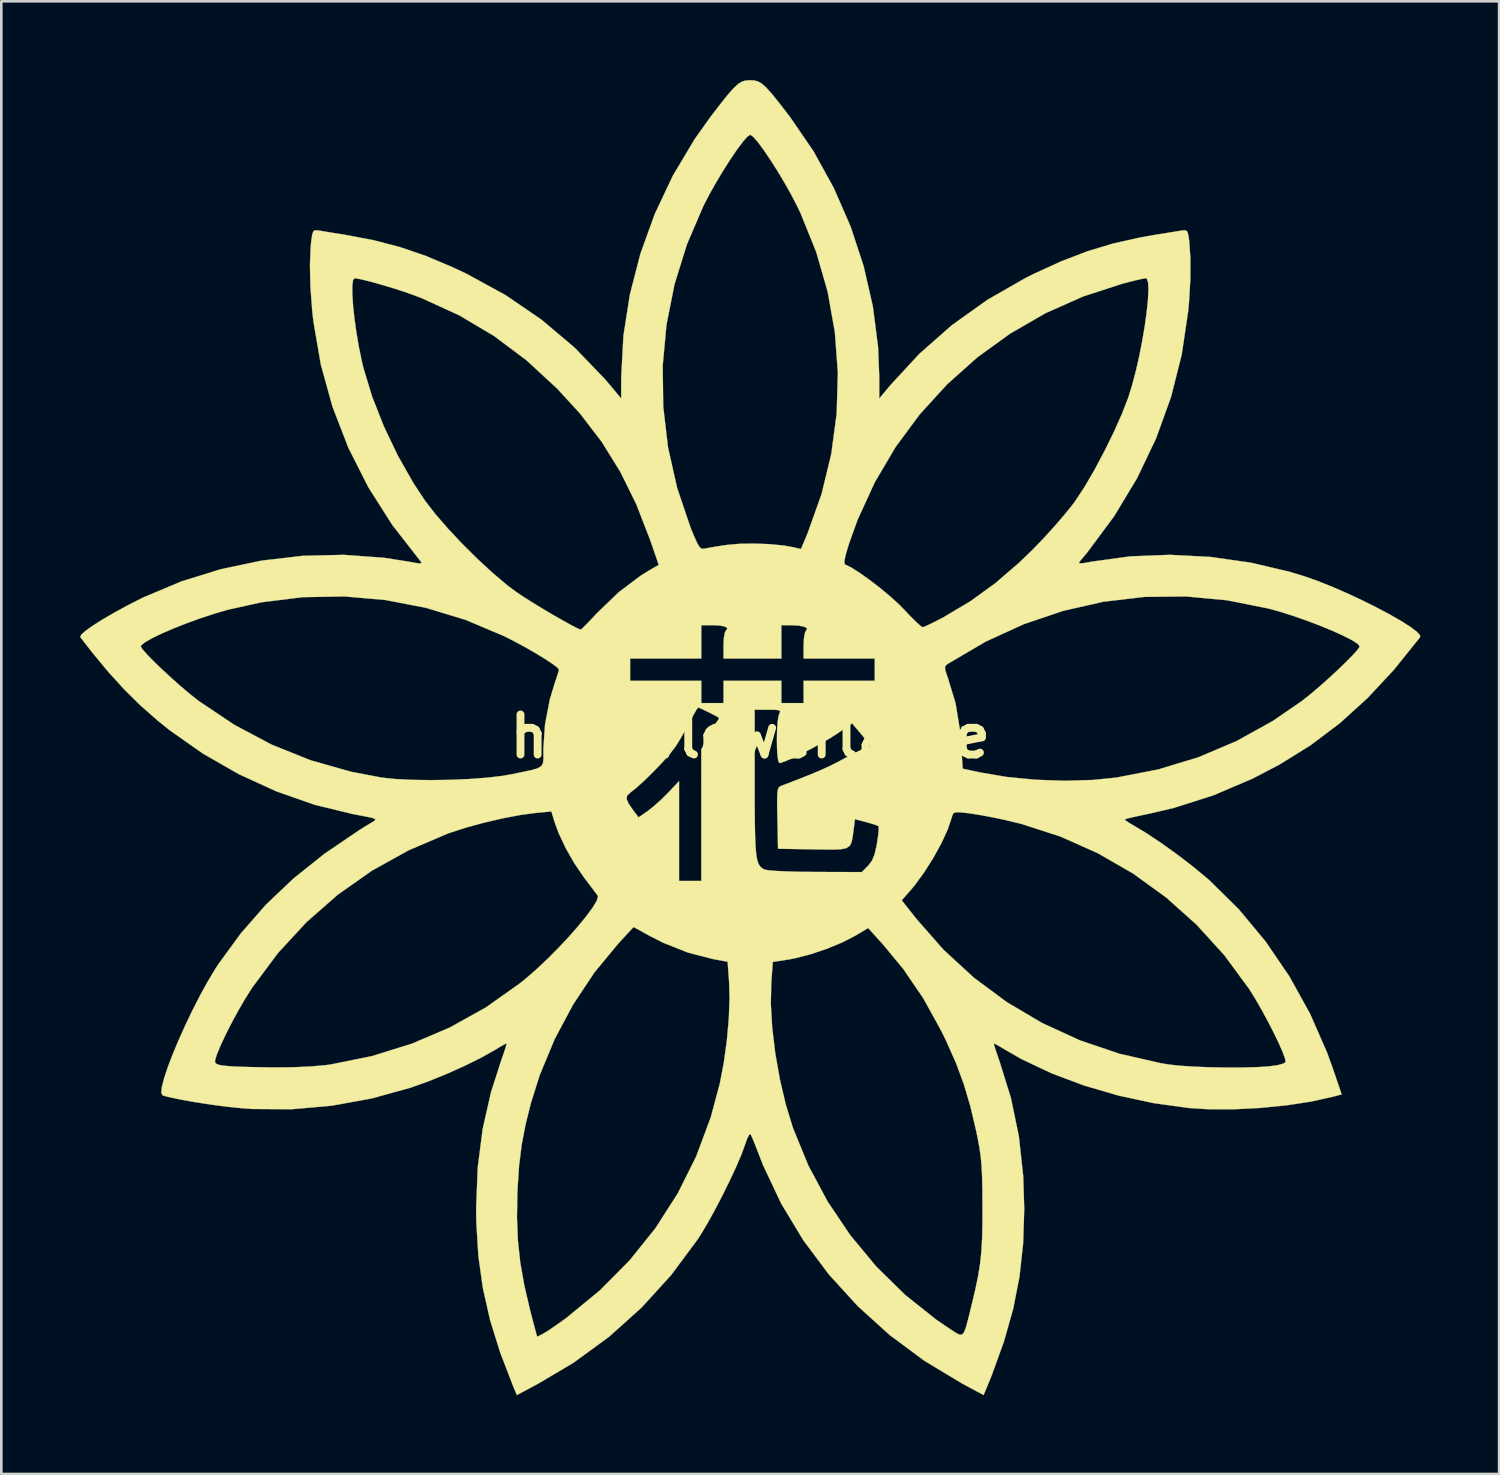
<source format=kicad_pcb>
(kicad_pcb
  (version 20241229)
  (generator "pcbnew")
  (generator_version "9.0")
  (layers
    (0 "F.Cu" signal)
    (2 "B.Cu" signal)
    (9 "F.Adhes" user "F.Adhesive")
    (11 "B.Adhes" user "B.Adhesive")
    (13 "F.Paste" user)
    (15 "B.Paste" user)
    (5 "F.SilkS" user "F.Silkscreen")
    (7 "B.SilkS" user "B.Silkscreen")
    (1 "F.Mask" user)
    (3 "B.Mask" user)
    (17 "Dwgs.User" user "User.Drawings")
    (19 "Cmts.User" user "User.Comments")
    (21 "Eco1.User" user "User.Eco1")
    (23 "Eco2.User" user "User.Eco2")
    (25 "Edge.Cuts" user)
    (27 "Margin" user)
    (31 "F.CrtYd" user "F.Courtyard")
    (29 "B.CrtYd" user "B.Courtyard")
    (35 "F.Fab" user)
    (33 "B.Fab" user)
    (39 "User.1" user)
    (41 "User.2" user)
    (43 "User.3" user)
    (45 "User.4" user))
  (footprint "hanaflowerlarge"
    (layer "F.Cu")
    (at 25.508 24.982)
    (property "Reference" "hanaflowerlarge" (at 0 0 0) (layer "F.SilkS") (effects (font (size 1.524 1.524) (thickness 0.3))))
    (attr through_hole)
    (fp_poly (pts (xy 0.158 -24.968) (xy 0.299 -24.931) (xy 0.442 -24.849) (xy 0.606 -24.703) (xy 0.809 -24.477) (xy 1.071 -24.154) (xy 1.409 -23.716) (xy 1.514 -23.58) (xy 2.41 -22.273) (xy 3.181 -20.876) (xy 3.82 -19.411) (xy 4.319 -17.897) (xy 4.67 -16.357) (xy 4.868 -14.811) (xy 4.911 -13.707) (xy 4.911 -12.861) (xy 5.32 -13.352) (xy 6.438 -14.563) (xy 7.672 -15.65) (xy 9.021 -16.614) (xy 10.485 -17.453) (xy 10.795 -17.608) (xy 11.849 -18.089) (xy 12.841 -18.469) (xy 13.826 -18.765) (xy 14.862 -18.996) (xy 15.409 -19.092) (xy 15.786 -19.152) (xy 16.121 -19.207) (xy 16.364 -19.247) (xy 16.435 -19.258) (xy 16.566 -19.268) (xy 16.639 -19.216) (xy 16.682 -19.062) (xy 16.71 -18.855) (xy 16.756 -18.192) (xy 16.753 -17.402) (xy 16.702 -16.52) (xy 16.674 -16.207) (xy 16.427 -14.542) (xy 16.018 -12.918) (xy 15.449 -11.344) (xy 14.725 -9.826) (xy 13.848 -8.374) (xy 12.823 -6.995) (xy 12.559 -6.681) (xy 12.513 -6.613) (xy 12.544 -6.585) (xy 12.681 -6.595) (xy 12.951 -6.642) (xy 13.016 -6.655) (xy 14.469 -6.854) (xy 15.981 -6.912) (xy 17.518 -6.832) (xy 19.049 -6.615) (xy 20.54 -6.265) (xy 21.12 -6.087) (xy 21.627 -5.907) (xy 22.172 -5.689) (xy 22.734 -5.444) (xy 23.294 -5.182) (xy 23.832 -4.914) (xy 24.329 -4.651) (xy 24.763 -4.402) (xy 25.116 -4.179) (xy 25.367 -3.992) (xy 25.497 -3.85) (xy 25.502 -3.78) (xy 24.507 -2.542) (xy 23.495 -1.456) (xy 22.444 -0.503) (xy 21.333 0.335) (xy 20.141 1.075) (xy 19.117 1.609) (xy 17.635 2.241) (xy 16.132 2.721) (xy 15.251 2.928) (xy 14.87 3.008) (xy 14.554 3.078) (xy 14.338 3.13) (xy 14.257 3.156) (xy 14.305 3.211) (xy 14.463 3.315) (xy 14.585 3.386) (xy 15.094 3.691) (xy 15.679 4.082) (xy 16.294 4.525) (xy 16.892 4.986) (xy 17.428 5.433) (xy 17.492 5.489) (xy 18.603 6.585) (xy 19.619 7.809) (xy 20.527 9.141) (xy 21.313 10.561) (xy 21.964 12.05) (xy 22.175 12.634) (xy 22.513 13.627) (xy 22.197 13.712) (xy 21.364 13.898) (xy 20.419 14.043) (xy 19.414 14.143) (xy 18.404 14.194) (xy 17.441 14.192) (xy 16.708 14.146) (xy 15.36 13.961) (xy 14.014 13.671) (xy 12.705 13.288) (xy 11.467 12.823) (xy 10.334 12.287) (xy 9.726 11.939) (xy 9.496 11.801) (xy 9.331 11.709) (xy 9.276 11.684) (xy 9.286 11.757) (xy 9.346 11.952) (xy 9.442 12.233) (xy 9.486 12.356) (xy 9.924 13.764) (xy 10.225 15.217) (xy 10.392 16.739) (xy 10.431 17.992) (xy 10.388 19.307) (xy 10.251 20.557) (xy 10.012 21.782) (xy 9.662 23.023) (xy 9.194 24.319) (xy 9.017 24.752) (xy 8.883 25.072) (xy 8.061 24.63) (xy 6.636 23.772) (xy 5.31 22.788) (xy 4.093 21.686) (xy 2.992 20.479) (xy 2.02 19.177) (xy 1.183 17.791) (xy 0.493 16.331) (xy 0.298 15.833) (xy 0.18 15.527) (xy 0.079 15.283) (xy 0.013 15.146) (xy 0.004 15.133) (xy -0.048 15.172) (xy -0.126 15.336) (xy -0.203 15.556) (xy -0.334 15.916) (xy -0.534 16.383) (xy -0.784 16.92) (xy -1.065 17.487) (xy -1.358 18.049) (xy -1.645 18.566) (xy -1.907 19.002) (xy -1.993 19.135) (xy -3.007 20.5) (xy -4.135 21.741) (xy -5.377 22.856) (xy -6.731 23.844) (xy -8.072 24.639) (xy -8.883 25.073) (xy -9.017 24.753) (xy -9.52 23.447) (xy -9.904 22.211) (xy -10.177 21.002) (xy -10.348 19.78) (xy -10.426 18.502) (xy -10.428 18.33) (xy -8.879 18.33) (xy -8.844 19.189) (xy -8.754 20.026) (xy -8.601 20.894) (xy -8.38 21.843) (xy -8.286 22.202) (xy -8.111 22.855) (xy -7.88 22.736) (xy -7.712 22.634) (xy -7.452 22.459) (xy -7.144 22.241) (xy -6.978 22.119) (xy -5.718 21.084) (xy -4.593 19.949) (xy -3.605 18.717) (xy -2.759 17.396) (xy -2.057 15.989) (xy -1.502 14.501) (xy -1.155 13.201) (xy -1.004 12.409) (xy -0.889 11.572) (xy -0.815 10.741) (xy -0.794 10.175) (xy 0.784 10.175) (xy 0.837 11.091) (xy 0.954 12.067) (xy 1.129 13.057) (xy 1.355 14.016) (xy 1.623 14.895) (xy 2.211 16.332) (xy 2.944 17.703) (xy 3.811 18.991) (xy 4.799 20.182) (xy 5.897 21.26) (xy 7.094 22.212) (xy 7.575 22.539) (xy 7.786 22.678) (xy 7.938 22.764) (xy 8.046 22.779) (xy 8.128 22.703) (xy 8.203 22.521) (xy 8.287 22.215) (xy 8.398 21.766) (xy 8.418 21.685) (xy 8.563 21.08) (xy 8.672 20.559) (xy 8.749 20.08) (xy 8.8 19.598) (xy 8.829 19.07) (xy 8.841 18.451) (xy 8.841 17.865) (xy 8.837 17.241) (xy 8.826 16.748) (xy 8.806 16.346) (xy 8.774 15.996) (xy 8.726 15.659) (xy 8.659 15.296) (xy 8.61 15.058) (xy 8.386 14.101) (xy 8.134 13.246) (xy 7.831 12.427) (xy 7.452 11.576) (xy 7.277 11.218) (xy 6.59 9.973) (xy 5.827 8.853) (xy 5.046 7.91) (xy 4.488 7.294) (xy 4.015 7.578) (xy 3.52 7.835) (xy 2.923 8.082) (xy 2.29 8.295) (xy 1.689 8.449) (xy 1.467 8.491) (xy 0.86 8.587) (xy 0.802 9.364) (xy 0.784 10.175) (xy -0.794 10.175) (xy -0.786 9.969) (xy -0.804 9.348) (xy -0.86 8.578) (xy -1.42 8.475) (xy -2.365 8.231) (xy -3.317 7.853) (xy -3.799 7.608) (xy -4.441 7.256) (xy -5.012 7.873) (xy -5.926 8.979) (xy -6.741 10.204) (xy -7.443 11.519) (xy -8.013 12.893) (xy -8.344 13.94) (xy -8.552 14.77) (xy -8.7 15.544) (xy -8.798 16.33) (xy -8.856 17.2) (xy -8.865 17.399) (xy -8.879 18.33) (xy -10.428 18.33) (xy -10.433 17.949) (xy -10.372 16.405) (xy -10.185 14.947) (xy -9.867 13.542) (xy -9.486 12.356) (xy -9.379 12.052) (xy -9.304 11.82) (xy -9.273 11.695) (xy -9.276 11.684) (xy -9.361 11.725) (xy -9.545 11.83) (xy -9.72 11.936) (xy -10.234 12.225) (xy -10.86 12.535) (xy -11.547 12.844) (xy -12.244 13.127) (xy -12.901 13.363) (xy -12.922 13.37) (xy -14.413 13.783) (xy -15.941 14.059) (xy -17.471 14.193) (xy -18.967 14.182) (xy -19.325 14.156) (xy -19.896 14.098) (xy -20.507 14.019) (xy -21.113 13.926) (xy -21.67 13.827) (xy -22.132 13.728) (xy -22.368 13.666) (xy -22.418 13.568) (xy -22.396 13.342) (xy -22.31 13.007) (xy -22.169 12.584) (xy -22.102 12.407) (xy -20.373 12.407) (xy -20.326 12.461) (xy -20.22 12.503) (xy -20.036 12.535) (xy -19.757 12.56) (xy -19.362 12.577) (xy -18.835 12.59) (xy -18.161 12.6) (xy -17.441 12.595) (xy -16.77 12.567) (xy -16.195 12.518) (xy -15.987 12.491) (xy -14.404 12.171) (xy -12.882 11.698) (xy -11.431 11.079) (xy -10.063 10.316) (xy -8.788 9.415) (xy -8.537 9.213) (xy -8.128 8.857) (xy -7.707 8.46) (xy -7.29 8.04) (xy -6.894 7.616) (xy -6.535 7.207) (xy -6.23 6.832) (xy -5.993 6.509) (xy -5.842 6.257) (xy -5.837 6.239) (xy 5.766 6.239) (xy 6.329 6.951) (xy 7.368 8.132) (xy 8.52 9.19) (xy 9.775 10.12) (xy 11.121 10.915) (xy 12.55 11.57) (xy 14.05 12.079) (xy 15.612 12.436) (xy 15.911 12.486) (xy 16.328 12.534) (xy 16.868 12.57) (xy 17.484 12.595) (xy 18.132 12.606) (xy 18.764 12.604) (xy 19.334 12.588) (xy 19.756 12.559) (xy 20.091 12.512) (xy 20.309 12.449) (xy 20.378 12.395) (xy 20.36 12.266) (xy 20.27 12.02) (xy 20.123 11.684) (xy 19.931 11.286) (xy 19.709 10.853) (xy 19.471 10.414) (xy 19.231 9.996) (xy 19.002 9.628) (xy 18.99 9.61) (xy 18.051 8.333) (xy 16.993 7.17) (xy 15.829 6.129) (xy 14.568 5.216) (xy 13.221 4.441) (xy 11.8 3.809) (xy 10.315 3.329) (xy 9.735 3.188) (xy 9.288 3.094) (xy 8.843 3.009) (xy 8.458 2.945) (xy 8.245 2.916) (xy 7.961 2.888) (xy 7.801 2.893) (xy 7.721 2.944) (xy 7.679 3.056) (xy 7.667 3.101) (xy 7.515 3.549) (xy 7.272 4.075) (xy 6.964 4.635) (xy 6.616 5.183) (xy 6.255 5.675) (xy 6.099 5.861) (xy 5.766 6.239) (xy -5.837 6.239) (xy -5.793 6.094) (xy -5.804 6.061) (xy -5.89 5.947) (xy -6.049 5.736) (xy -6.251 5.469) (xy -6.327 5.368) (xy -6.69 4.837) (xy -7.024 4.251) (xy -7.297 3.671) (xy -7.458 3.228) (xy -7.568 2.857) (xy -8.166 2.913) (xy -8.744 2.99) (xy -9.42 3.119) (xy -10.136 3.285) (xy -10.831 3.475) (xy -11.448 3.674) (xy -11.515 3.699) (xy -13.007 4.337) (xy -14.404 5.113) (xy -15.699 6.024) (xy -16.889 7.067) (xy -17.971 8.239) (xy -18.939 9.536) (xy -19.028 9.671) (xy -19.27 10.059) (xy -19.517 10.49) (xy -19.758 10.936) (xy -19.976 11.369) (xy -20.16 11.762) (xy -20.295 12.086) (xy -20.368 12.315) (xy -20.373 12.407) (xy -22.102 12.407) (xy -21.981 12.092) (xy -21.755 11.553) (xy -21.5 10.985) (xy -21.223 10.409) (xy -20.935 9.846) (xy -20.642 9.316) (xy -20.354 8.837) (xy -20.251 8.678) (xy -19.392 7.5) (xy -18.444 6.415) (xy -17.386 5.409) (xy -16.202 4.464) (xy -14.873 3.562) (xy -14.482 3.321) (xy -14.346 3.24) (xy -14.274 3.184) (xy -14.284 3.141) (xy -14.396 3.1) (xy -14.63 3.05) (xy -15.006 2.979) (xy -15.113 2.959) (xy -16.579 2.603) (xy -17.237 2.372) (xy -4.708 2.372) (xy -4.635 2.548) (xy -4.456 2.809) (xy -4.407 2.875) (xy -4.249 3.082) (xy -3.907 2.845) (xy -3.668 2.656) (xy -3.382 2.4) (xy -3.137 2.155) (xy -2.709 1.703) (xy -2.709 5.503) (xy -1.863 5.503) (xy -1.863 0.502) (xy -1.641 0.061) (xy -1.496 -0.21) (xy -1.359 -0.435) (xy -1.289 -0.53) (xy -1.201 -0.656) (xy -1.193 -0.71) (xy -1.289 -0.768) (xy -1.474 -0.865) (xy -1.69 -0.972) (xy -1.783 -1.016) (xy 0.169 -1.016) (xy 0.169 1.774) (xy 0.17 2.585) (xy 0.175 3.244) (xy 0.185 3.768) (xy 0.202 4.173) (xy 0.228 4.478) (xy 0.265 4.698) (xy 0.315 4.851) (xy 0.38 4.953) (xy 0.461 5.023) (xy 0.539 5.066) (xy 0.683 5.095) (xy 0.973 5.12) (xy 1.386 5.139) (xy 1.898 5.153) (xy 2.483 5.159) (xy 4.246 5.165) (xy 4.483 4.928) (xy 4.628 4.745) (xy 4.729 4.507) (xy 4.809 4.162) (xy 4.824 4.076) (xy 4.869 3.772) (xy 4.892 3.54) (xy 4.888 3.423) (xy 4.886 3.418) (xy 4.786 3.374) (xy 4.577 3.308) (xy 4.415 3.263) (xy 3.987 3.15) (xy 3.936 3.544) (xy 3.899 3.828) (xy 3.857 4.033) (xy 3.784 4.171) (xy 3.656 4.255) (xy 3.447 4.297) (xy 3.132 4.309) (xy 2.687 4.304) (xy 2.393 4.299) (xy 1.058 4.276) (xy 1.035 3.111) (xy 1.026 2.646) (xy 1.026 2.323) (xy 1.037 2.114) (xy 1.063 1.989) (xy 1.109 1.922) (xy 1.178 1.883) (xy 1.204 1.873) (xy 1.813 1.64) (xy 2.297 1.448) (xy 2.69 1.282) (xy 3.026 1.128) (xy 3.34 0.97) (xy 3.589 0.837) (xy 3.917 0.662) (xy 4.198 0.524) (xy 4.393 0.44) (xy 4.457 0.423) (xy 4.543 0.41) (xy 4.554 0.352) (xy 4.476 0.225) (xy 4.3 0.005) (xy 4.225 -0.085) (xy 3.878 -0.496) (xy 3.315 -0.108) (xy 3.04 0.068) (xy 2.696 0.267) (xy 2.315 0.474) (xy 1.934 0.67) (xy 1.587 0.837) (xy 1.308 0.957) (xy 1.133 1.014) (xy 1.112 1.016) (xy 1.069 0.938) (xy 1.039 0.733) (xy 1.02 0.441) (xy 1.015 0.104) (xy 1.022 -0.238) (xy 1.042 -0.542) (xy 1.076 -0.768) (xy 1.104 -0.852) (xy 1.14 -0.943) (xy 1.103 -0.992) (xy 0.961 -1.012) (xy 0.682 -1.016) (xy 0.169 -1.016) (xy -1.783 -1.016) (xy -1.877 -1.06) (xy -1.978 -1.1) (xy -1.981 -1.101) (xy -2.036 -1.031) (xy -2.143 -0.848) (xy -2.28 -0.59) (xy -2.29 -0.572) (xy -2.48 -0.218) (xy -2.695 0.151) (xy -2.842 0.384) (xy -3.039 0.642) (xy -3.325 0.967) (xy -3.661 1.32) (xy -4.007 1.66) (xy -4.323 1.948) (xy -4.566 2.14) (xy -4.683 2.247) (xy -4.708 2.372) (xy -17.237 2.372) (xy -18.039 2.091) (xy -19.466 1.438) (xy -20.832 0.655) (xy -22.11 -0.243) (xy -22.566 -0.611) (xy -23.216 -1.184) (xy -23.828 -1.788) (xy -24.436 -2.456) (xy -25.068 -3.221) (xy -25.227 -3.427) (xy -23.199 -3.427) (xy -23.138 -3.321) (xy -22.971 -3.129) (xy -22.721 -2.873) (xy -22.412 -2.573) (xy -22.067 -2.254) (xy -21.709 -1.935) (xy -21.363 -1.641) (xy -21.051 -1.392) (xy -20.995 -1.35) (xy -19.635 -0.439) (xy -18.216 0.314) (xy -16.737 0.908) (xy -15.194 1.346) (xy -14.039 1.566) (xy -13.517 1.622) (xy -12.876 1.654) (xy -12.159 1.664) (xy -11.409 1.653) (xy -10.672 1.621) (xy -9.991 1.569) (xy -9.409 1.499) (xy -9.144 1.452) (xy -8.66 1.354) (xy -8.317 1.281) (xy -8.09 1.213) (xy -7.955 1.132) (xy -7.89 1.021) (xy -7.87 0.86) (xy -7.872 0.631) (xy -7.874 0.464) (xy -7.81 -0.463) (xy -7.629 -1.404) (xy -7.456 -1.982) (xy -7.365 -2.253) (xy -7.301 -2.459) (xy -7.281 -2.545) (xy -7.352 -2.63) (xy -7.546 -2.775) (xy -7.833 -2.963) (xy -4.572 -2.963) (xy -4.572 -2.117) (xy -1.863 -2.117) (xy -1.863 -1.27) (xy -1.016 -1.27) (xy -1.016 -2.117) (xy 1.185 -2.117) (xy 1.185 -1.27) (xy 2.032 -1.27) (xy 2.032 -2.117) (xy 4.741 -2.117) (xy 4.741 -2.649) (xy 7.414 -2.649) (xy 7.427 -2.507) (xy 7.511 -2.259) (xy 7.52 -2.236) (xy 7.816 -1.266) (xy 7.994 -0.176) (xy 8.031 0.296) (xy 8.086 1.228) (xy 8.763 1.373) (xy 9.771 1.544) (xy 10.86 1.65) (xy 11.971 1.689) (xy 13.043 1.658) (xy 13.928 1.569) (xy 15.528 1.259) (xy 17.055 0.796) (xy 18.512 0.179) (xy 19.9 -0.592) (xy 20.995 -1.345) (xy 21.3 -1.586) (xy 21.644 -1.877) (xy 22.002 -2.194) (xy 22.351 -2.516) (xy 22.669 -2.822) (xy 22.931 -3.088) (xy 23.115 -3.293) (xy 23.197 -3.415) (xy 23.199 -3.427) (xy 23.122 -3.525) (xy 22.908 -3.663) (xy 22.583 -3.83) (xy 22.169 -4.018) (xy 21.694 -4.214) (xy 21.18 -4.409) (xy 20.654 -4.593) (xy 20.139 -4.755) (xy 19.728 -4.868) (xy 18.152 -5.182) (xy 16.574 -5.329) (xy 15.002 -5.31) (xy 13.446 -5.127) (xy 11.914 -4.78) (xy 10.415 -4.273) (xy 8.958 -3.606) (xy 7.552 -2.781) (xy 7.468 -2.725) (xy 7.414 -2.649) (xy 4.741 -2.649) (xy 4.741 -2.963) (xy 2.032 -2.963) (xy 2.032 -3.466) (xy 2.047 -3.745) (xy 2.085 -3.951) (xy 2.126 -4.027) (xy 2.17 -4.103) (xy 2.073 -4.169) (xy 1.86 -4.216) (xy 1.587 -4.232) (xy 1.185 -4.233) (xy 1.185 -2.963) (xy -1.016 -2.963) (xy -1.016 -3.466) (xy -1.003 -3.744) (xy -0.968 -3.948) (xy -0.93 -4.023) (xy -0.865 -4.108) (xy -0.948 -4.177) (xy -1.162 -4.222) (xy -1.402 -4.233) (xy -1.863 -4.233) (xy -1.863 -2.963) (xy -4.572 -2.963) (xy -7.833 -2.963) (xy -7.835 -2.965) (xy -8.193 -3.182) (xy -8.592 -3.411) (xy -9.004 -3.633) (xy -9.365 -3.816) (xy -10.834 -4.436) (xy -12.347 -4.896) (xy -13.893 -5.193) (xy -15.46 -5.329) (xy -17.035 -5.3) (xy -18.606 -5.105) (xy -19.874 -4.824) (xy -20.384 -4.676) (xy -20.915 -4.502) (xy -21.443 -4.311) (xy -21.944 -4.113) (xy -22.392 -3.92) (xy -22.764 -3.741) (xy -23.035 -3.587) (xy -23.181 -3.468) (xy -23.199 -3.427) (xy -25.227 -3.427) (xy -25.503 -3.781) (xy -25.469 -3.868) (xy -25.304 -4.017) (xy -25.028 -4.214) (xy -24.66 -4.447) (xy -24.221 -4.703) (xy -23.731 -4.971) (xy -23.211 -5.236) (xy -23.072 -5.303) (xy -21.646 -5.902) (xy -20.147 -6.366) (xy -18.602 -6.691) (xy -17.036 -6.874) (xy -15.473 -6.911) (xy -13.939 -6.8) (xy -13.016 -6.655) (xy -12.719 -6.601) (xy -12.561 -6.584) (xy -12.512 -6.605) (xy -12.546 -6.665) (xy -12.559 -6.681) (xy -13.621 -8.044) (xy -14.534 -9.48) (xy -15.295 -10.983) (xy -15.9 -12.545) (xy -16.346 -14.158) (xy -16.631 -15.817) (xy -16.674 -16.207) (xy -16.741 -17.113) (xy -16.742 -17.143) (xy -15.148 -17.143) (xy -15.145 -16.809) (xy -15.117 -16.385) (xy -15.064 -15.897) (xy -14.99 -15.37) (xy -14.898 -14.83) (xy -14.789 -14.301) (xy -14.72 -14.012) (xy -14.392 -12.934) (xy -13.95 -11.811) (xy -13.419 -10.697) (xy -12.823 -9.645) (xy -12.38 -8.975) (xy -11.992 -8.471) (xy -11.503 -7.907) (xy -10.949 -7.318) (xy -10.364 -6.739) (xy -9.784 -6.205) (xy -9.242 -5.749) (xy -8.912 -5.502) (xy -8.638 -5.318) (xy -8.295 -5.101) (xy -7.912 -4.867) (xy -7.519 -4.634) (xy -7.147 -4.421) (xy -6.826 -4.243) (xy -6.585 -4.119) (xy -6.454 -4.066) (xy -6.448 -4.065) (xy -6.382 -4.123) (xy -6.226 -4.278) (xy -6.006 -4.507) (xy -5.821 -4.704) (xy -5.003 -5.491) (xy -4.17 -6.119) (xy -3.879 -6.299) (xy -3.481 -6.53) (xy -3.53 -6.671) (xy 3.584 -6.671) (xy 3.598 -6.552) (xy 3.611 -6.544) (xy 3.845 -6.43) (xy 4.168 -6.225) (xy 4.546 -5.956) (xy 4.944 -5.649) (xy 5.329 -5.329) (xy 5.666 -5.022) (xy 5.851 -4.835) (xy 6.112 -4.56) (xy 6.337 -4.338) (xy 6.498 -4.195) (xy 6.562 -4.155) (xy 6.668 -4.191) (xy 6.886 -4.293) (xy 7.18 -4.442) (xy 7.387 -4.552) (xy 8.386 -5.148) (xy 9.328 -5.83) (xy 10.253 -6.628) (xy 10.753 -7.111) (xy 11.155 -7.528) (xy 11.565 -7.978) (xy 11.945 -8.418) (xy 12.259 -8.807) (xy 12.383 -8.975) (xy 12.731 -9.505) (xy 13.105 -10.147) (xy 13.482 -10.855) (xy 13.838 -11.578) (xy 14.146 -12.269) (xy 14.383 -12.879) (xy 14.392 -12.903) (xy 14.539 -13.376) (xy 14.679 -13.907) (xy 14.808 -14.472) (xy 14.921 -15.048) (xy 15.017 -15.611) (xy 15.09 -16.139) (xy 15.139 -16.607) (xy 15.159 -16.993) (xy 15.147 -17.272) (xy 15.099 -17.422) (xy 15.062 -17.441) (xy 14.932 -17.42) (xy 14.682 -17.364) (xy 14.355 -17.282) (xy 14.164 -17.232) (xy 12.664 -16.744) (xy 11.238 -16.109) (xy 9.895 -15.334) (xy 8.644 -14.429) (xy 7.494 -13.402) (xy 6.454 -12.262) (xy 5.534 -11.017) (xy 4.742 -9.676) (xy 4.088 -8.248) (xy 3.758 -7.331) (xy 3.637 -6.928) (xy 3.584 -6.671) (xy -3.53 -6.671) (xy -3.809 -7.477) (xy -4.338 -8.84) (xy -4.947 -10.076) (xy -5.655 -11.216) (xy -6.481 -12.293) (xy -7.347 -13.238) (xy -8.518 -14.318) (xy -9.756 -15.245) (xy -11.073 -16.027) (xy -12.478 -16.671) (xy -12.785 -16.789) (xy -13.165 -16.923) (xy -13.592 -17.061) (xy -14.028 -17.192) (xy -14.435 -17.306) (xy -14.774 -17.391) (xy -15.007 -17.437) (xy -15.064 -17.441) (xy -15.121 -17.363) (xy -15.148 -17.143) (xy -16.742 -17.143) (xy -16.76 -17.938) (xy -16.731 -18.648) (xy -16.71 -18.855) (xy -16.673 -19.111) (xy -16.625 -19.236) (xy -16.54 -19.27) (xy -16.435 -19.258) (xy -16.255 -19.229) (xy -15.959 -19.18) (xy -15.596 -19.122) (xy -15.409 -19.092) (xy -14.327 -18.886) (xy -13.324 -18.624) (xy -12.343 -18.288) (xy -11.326 -17.859) (xy -10.795 -17.608) (xy -9.31 -16.796) (xy -7.941 -15.86) (xy -6.685 -14.799) (xy -5.542 -13.612) (xy -5.32 -13.352) (xy -4.911 -12.861) (xy -4.91 -13.69) (xy -4.887 -14.116) (xy -3.331 -14.116) (xy -3.312 -12.555) (xy -3.129 -11) (xy -2.783 -9.462) (xy -2.273 -7.952) (xy -2.143 -7.636) (xy -2.016 -7.352) (xy -1.921 -7.197) (xy -1.83 -7.14) (xy -1.727 -7.149) (xy -1.554 -7.183) (xy -1.269 -7.231) (xy -0.93 -7.283) (xy -0.875 -7.29) (xy -0.399 -7.332) (xy 0.16 -7.34) (xy 0.737 -7.318) (xy 1.266 -7.267) (xy 1.623 -7.205) (xy 1.933 -7.133) (xy 2.185 -7.736) (xy 2.715 -9.222) (xy 3.084 -10.743) (xy 3.291 -12.287) (xy 3.336 -13.842) (xy 3.221 -15.395) (xy 2.946 -16.933) (xy 2.511 -18.444) (xy 1.916 -19.916) (xy 1.783 -20.193) (xy 1.559 -20.626) (xy 1.303 -21.081) (xy 1.032 -21.533) (xy 0.761 -21.958) (xy 0.507 -22.332) (xy 0.285 -22.63) (xy 0.111 -22.828) (xy 0.002 -22.902) (xy 0 -22.902) (xy -0.107 -22.832) (xy -0.279 -22.637) (xy -0.5 -22.341) (xy -0.753 -21.97) (xy -1.024 -21.546) (xy -1.295 -21.094) (xy -1.552 -20.639) (xy -1.777 -20.205) (xy -1.783 -20.193) (xy -2.413 -18.721) (xy -2.882 -17.209) (xy -3.188 -15.671) (xy -3.331 -14.116) (xy -4.887 -14.116) (xy -4.826 -15.256) (xy -4.58 -16.825) (xy -4.18 -18.375) (xy -3.632 -19.89) (xy -2.942 -21.349) (xy -2.117 -22.732) (xy -1.514 -23.58) (xy -1.152 -24.05) (xy -0.872 -24.402) (xy -0.655 -24.652) (xy -0.482 -24.817) (xy -0.336 -24.915) (xy -0.196 -24.962) (xy -0.044 -24.976) (xy 0 -24.977) (xy 0.158 -24.968)) (stroke (width 0.01) (type solid)) (fill yes) (layer "F.SilkS")))
  (gr_rect
    (start -3 -3)
    (end 54.015 53.059)
    (stroke (width 0.1) (type default))
    (fill no)
    (layer "Edge.Cuts")))
</source>
